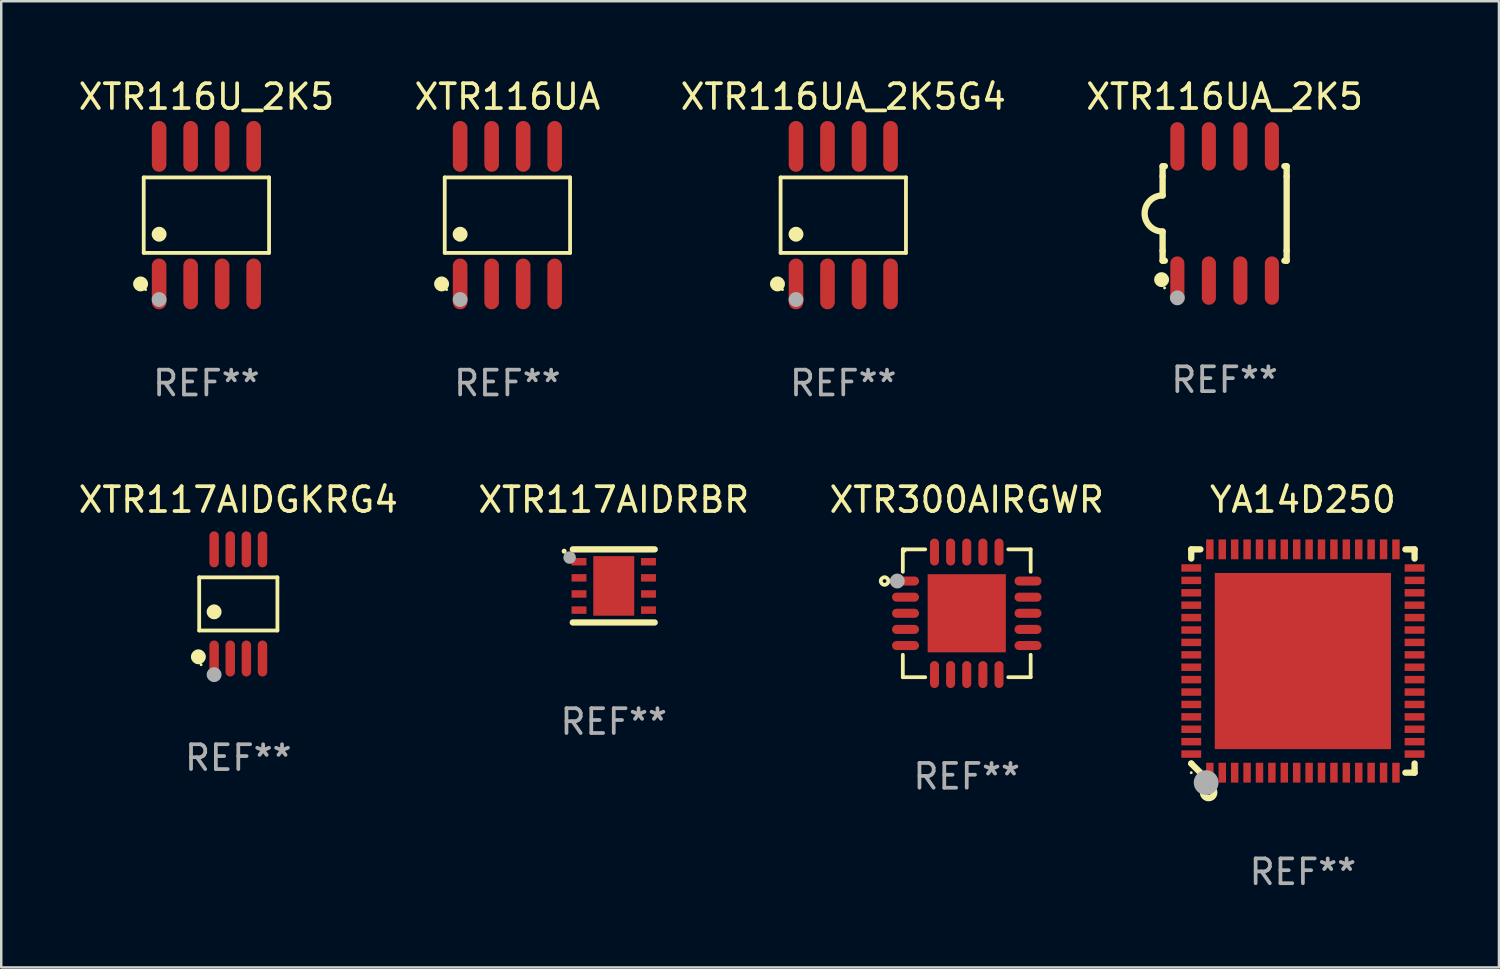
<source format=kicad_pcb>
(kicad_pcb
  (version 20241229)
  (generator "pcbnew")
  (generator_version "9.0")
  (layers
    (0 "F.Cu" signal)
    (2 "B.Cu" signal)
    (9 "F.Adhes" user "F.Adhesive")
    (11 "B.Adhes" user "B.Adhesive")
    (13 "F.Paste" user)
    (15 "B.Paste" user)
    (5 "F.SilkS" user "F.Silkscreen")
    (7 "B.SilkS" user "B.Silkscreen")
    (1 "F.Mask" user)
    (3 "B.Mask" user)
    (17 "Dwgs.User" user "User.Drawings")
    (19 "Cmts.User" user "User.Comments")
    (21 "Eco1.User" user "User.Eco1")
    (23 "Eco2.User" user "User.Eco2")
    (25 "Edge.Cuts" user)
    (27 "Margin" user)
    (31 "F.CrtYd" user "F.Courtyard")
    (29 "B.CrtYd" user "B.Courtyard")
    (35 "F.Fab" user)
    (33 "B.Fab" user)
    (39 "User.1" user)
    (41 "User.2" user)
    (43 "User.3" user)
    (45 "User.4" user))
  (footprint "XTR117AIDRBR"
    (layer "F.Cu")
    (at 21.685 20.563)
    (property "Reference" "XTR117AIDRBR" (at 0 -3.473 0) (layer "F.SilkS") (effects (font (size 1 1) (thickness 0.15))))
    (attr through_hole)
    (fp_line (start -1.649 -1.473) (end 1.651 -1.473) (stroke (width 0.254) (type solid)) (layer "F.SilkS"))
    (fp_line (start 1.649 1.473) (end -1.651 1.473) (stroke (width 0.254) (type solid)) (layer "F.SilkS"))
    (fp_arc (start -1.998984 -1.397003) (mid -1.998992 -1.398273) (end -1.998984 -1.399543) (stroke (width 0.2) (type solid)) (layer "F.SilkS"))
    (fp_circle (center -1.5 -1.5) (end -1.47 -1.5) (stroke (width 0.06) (type solid)) (fill no) (layer "F.SilkS"))
    (fp_circle (center -1.778 -1.143) (end -1.651 -1.143) (stroke (width 0.254) (type solid)) (fill no) (layer "F.Fab"))
    (fp_text user "REF**" (at 0 5.473 0) (layer "F.Fab") (effects (font (size 1 1) (thickness 0.15))))
    (pad "1" smd rect (at -1.4 -0.975 270) (size 0.3 0.6) (layers "F.Cu" "F.Mask" "F.Paste"))
    (pad "2" smd rect (at -1.4 -0.325 270) (size 0.3 0.6) (layers "F.Cu" "F.Mask" "F.Paste"))
    (pad "3" smd rect (at -1.4 0.325 270) (size 0.3 0.6) (layers "F.Cu" "F.Mask" "F.Paste"))
    (pad "4" smd rect (at -1.4 0.975 270) (size 0.3 0.6) (layers "F.Cu" "F.Mask" "F.Paste"))
    (pad "5" smd rect (at 1.4 0.975 90) (size 0.3 0.6) (layers "F.Cu" "F.Mask" "F.Paste"))
    (pad "6" smd rect (at 1.4 0.325 90) (size 0.3 0.6) (layers "F.Cu" "F.Mask" "F.Paste"))
    (pad "7" smd rect (at 1.4 -0.325 90) (size 0.3 0.6) (layers "F.Cu" "F.Mask" "F.Paste"))
    (pad "8" smd rect (at 1.4 -0.975 90) (size 0.3 0.6) (layers "F.Cu" "F.Mask" "F.Paste"))
    (pad "9" smd rect (at 0 0 270) (size 2.4 1.65) (layers "F.Cu" "F.Mask" "F.Paste")))
  (footprint "XTR116U_2K5"
    (layer "F.Cu")
    (at 5.268 5.621)
    (property "Reference" "XTR116U_2K5" (at 0 -4.772 0) (layer "F.SilkS") (effects (font (size 1 1) (thickness 0.15))))
    (attr through_hole)
    (fp_line (start -2.526 -1.521) (end 2.526 -1.521) (stroke (width 0.152) (type solid)) (layer "F.SilkS"))
    (fp_line (start -2.526 1.521) (end -2.526 -1.521) (stroke (width 0.152) (type solid)) (layer "F.SilkS"))
    (fp_line (start 2.526 -1.521) (end 2.526 1.521) (stroke (width 0.152) (type solid)) (layer "F.SilkS"))
    (fp_line (start 2.526 1.521) (end -2.526 1.521) (stroke (width 0.152) (type solid)) (layer "F.SilkS"))
    (fp_circle (center -2.652 2.772) (end -2.501 2.772) (stroke (width 0.3) (type solid)) (fill no) (layer "F.SilkS"))
    (fp_circle (center -2.45 3) (end -2.42 3) (stroke (width 0.06) (type solid)) (fill no) (layer "F.SilkS"))
    (fp_circle (center -1.905 0.769) (end -1.755 0.769) (stroke (width 0.3) (type solid)) (fill no) (layer "F.SilkS"))
    (fp_circle (center -1.905 3.4) (end -1.755 3.4) (stroke (width 0.3) (type solid)) (fill no) (layer "F.Fab"))
    (fp_text user "REF**" (at 0 6.772 0) (layer "F.Fab") (effects (font (size 1 1) (thickness 0.15))))
    (pad "1" smd oval (at -1.905 2.772) (size 0.588 2.045) (layers "F.Cu" "F.Mask" "F.Paste"))
    (pad "2" smd oval (at -0.635 2.772) (size 0.588 2.045) (layers "F.Cu" "F.Mask" "F.Paste"))
    (pad "3" smd oval (at 0.635 2.772) (size 0.588 2.045) (layers "F.Cu" "F.Mask" "F.Paste"))
    (pad "4" smd oval (at 1.905 2.772) (size 0.588 2.045) (layers "F.Cu" "F.Mask" "F.Paste"))
    (pad "5" smd oval (at 1.905 -2.772) (size 0.588 2.045) (layers "F.Cu" "F.Mask" "F.Paste"))
    (pad "6" smd oval (at 0.635 -2.772) (size 0.588 2.045) (layers "F.Cu" "F.Mask" "F.Paste"))
    (pad "7" smd oval (at -0.635 -2.772) (size 0.588 2.045) (layers "F.Cu" "F.Mask" "F.Paste"))
    (pad "8" smd oval (at -1.905 -2.772) (size 0.588 2.045) (layers "F.Cu" "F.Mask" "F.Paste")))
  (footprint "XTR116UA"
    (layer "F.Cu")
    (at 17.399 5.621)
    (property "Reference" "XTR116UA" (at 0 -4.772 0) (layer "F.SilkS") (effects (font (size 1 1) (thickness 0.15))))
    (attr through_hole)
    (fp_line (start -2.526 -1.521) (end 2.526 -1.521) (stroke (width 0.152) (type solid)) (layer "F.SilkS"))
    (fp_line (start -2.526 1.521) (end -2.526 -1.521) (stroke (width 0.152) (type solid)) (layer "F.SilkS"))
    (fp_line (start 2.526 -1.521) (end 2.526 1.521) (stroke (width 0.152) (type solid)) (layer "F.SilkS"))
    (fp_line (start 2.526 1.521) (end -2.526 1.521) (stroke (width 0.152) (type solid)) (layer "F.SilkS"))
    (fp_circle (center -2.652 2.772) (end -2.501 2.772) (stroke (width 0.3) (type solid)) (fill no) (layer "F.SilkS"))
    (fp_circle (center -2.45 3) (end -2.42 3) (stroke (width 0.06) (type solid)) (fill no) (layer "F.SilkS"))
    (fp_circle (center -1.905 0.769) (end -1.755 0.769) (stroke (width 0.3) (type solid)) (fill no) (layer "F.SilkS"))
    (fp_circle (center -1.905 3.4) (end -1.755 3.4) (stroke (width 0.3) (type solid)) (fill no) (layer "F.Fab"))
    (fp_text user "REF**" (at 0 6.772 0) (layer "F.Fab") (effects (font (size 1 1) (thickness 0.15))))
    (pad "1" smd oval (at -1.905 2.772) (size 0.588 2.045) (layers "F.Cu" "F.Mask" "F.Paste"))
    (pad "2" smd oval (at -0.635 2.772) (size 0.588 2.045) (layers "F.Cu" "F.Mask" "F.Paste"))
    (pad "3" smd oval (at 0.635 2.772) (size 0.588 2.045) (layers "F.Cu" "F.Mask" "F.Paste"))
    (pad "4" smd oval (at 1.905 2.772) (size 0.588 2.045) (layers "F.Cu" "F.Mask" "F.Paste"))
    (pad "5" smd oval (at 1.905 -2.772) (size 0.588 2.045) (layers "F.Cu" "F.Mask" "F.Paste"))
    (pad "6" smd oval (at 0.635 -2.772) (size 0.588 2.045) (layers "F.Cu" "F.Mask" "F.Paste"))
    (pad "7" smd oval (at -0.635 -2.772) (size 0.588 2.045) (layers "F.Cu" "F.Mask" "F.Paste"))
    (pad "8" smd oval (at -1.905 -2.772) (size 0.588 2.045) (layers "F.Cu" "F.Mask" "F.Paste")))
  (footprint "XTR300AIRGWR"
    (layer "F.Cu")
    (at 35.911 21.666)
    (property "Reference" "XTR300AIRGWR" (at 0 -4.576 0) (layer "F.SilkS") (effects (font (size 1 1) (thickness 0.15))))
    (attr through_hole)
    (fp_line (start -2.576 -2.576) (end -2.576 -1.673) (stroke (width 0.152) (type solid)) (layer "F.SilkS"))
    (fp_line (start -2.576 2.576) (end -2.576 1.673) (stroke (width 0.152) (type solid)) (layer "F.SilkS"))
    (fp_line (start -1.673 -2.576) (end -2.576 -2.576) (stroke (width 0.152) (type solid)) (layer "F.SilkS"))
    (fp_line (start -1.673 2.576) (end -2.576 2.576) (stroke (width 0.152) (type solid)) (layer "F.SilkS"))
    (fp_line (start 1.673 -2.576) (end 2.576 -2.576) (stroke (width 0.152) (type solid)) (layer "F.SilkS"))
    (fp_line (start 1.673 2.576) (end 2.576 2.576) (stroke (width 0.152) (type solid)) (layer "F.SilkS"))
    (fp_line (start 2.576 -2.576) (end 2.576 -1.673) (stroke (width 0.152) (type solid)) (layer "F.SilkS"))
    (fp_line (start 2.576 2.576) (end 2.576 1.673) (stroke (width 0.152) (type solid)) (layer "F.SilkS"))
    (fp_circle (center -3.312 -1.3) (end -3.236 -1.3) (stroke (width 0.153) (type solid)) (fill no) (layer "F.SilkS"))
    (fp_circle (center -2.5 -2.5) (end -2.47 -2.5) (stroke (width 0.06) (type solid)) (fill no) (layer "F.SilkS"))
    (fp_circle (center -2.8 -1.3) (end -2.65 -1.3) (stroke (width 0.3) (type solid)) (fill no) (layer "F.Fab"))
    (fp_text user "REF**" (at 0 6.576 0) (layer "F.Fab") (effects (font (size 1 1) (thickness 0.15))))
    (pad "1" smd oval (at -2.468 -1.3) (size 1.087 0.364) (layers "F.Cu" "F.Mask" "F.Paste"))
    (pad "2" smd oval (at -2.468 -0.65) (size 1.087 0.364) (layers "F.Cu" "F.Mask" "F.Paste"))
    (pad "3" smd oval (at -2.468 -0.000013) (size 1.087 0.364) (layers "F.Cu" "F.Mask" "F.Paste"))
    (pad "4" smd oval (at -2.468 0.65) (size 1.087 0.364) (layers "F.Cu" "F.Mask" "F.Paste"))
    (pad "5" smd oval (at -2.468 1.3) (size 1.087 0.364) (layers "F.Cu" "F.Mask" "F.Paste"))
    (pad "6" smd oval (at -1.3 2.469) (size 0.364 1.087) (layers "F.Cu" "F.Mask" "F.Paste"))
    (pad "7" smd oval (at -0.65 2.469) (size 0.364 1.087) (layers "F.Cu" "F.Mask" "F.Paste"))
    (pad "8" smd oval (at 0.000013 2.469) (size 0.364 1.087) (layers "F.Cu" "F.Mask" "F.Paste"))
    (pad "9" smd oval (at 0.65 2.469) (size 0.364 1.087) (layers "F.Cu" "F.Mask" "F.Paste"))
    (pad "10" smd oval (at 1.3 2.469) (size 0.364 1.087) (layers "F.Cu" "F.Mask" "F.Paste"))
    (pad "11" smd oval (at 2.469 1.3) (size 1.087 0.364) (layers "F.Cu" "F.Mask" "F.Paste"))
    (pad "12" smd oval (at 2.469 0.65) (size 1.087 0.364) (layers "F.Cu" "F.Mask" "F.Paste"))
    (pad "13" smd oval (at 2.469 -0.000013) (size 1.087 0.364) (layers "F.Cu" "F.Mask" "F.Paste"))
    (pad "14" smd oval (at 2.469 -0.65) (size 1.087 0.364) (layers "F.Cu" "F.Mask" "F.Paste"))
    (pad "15" smd oval (at 2.469 -1.3) (size 1.087 0.364) (layers "F.Cu" "F.Mask" "F.Paste"))
    (pad "16" smd oval (at 1.3 -2.468) (size 0.364 1.087) (layers "F.Cu" "F.Mask" "F.Paste"))
    (pad "17" smd oval (at 0.65 -2.468) (size 0.364 1.087) (layers "F.Cu" "F.Mask" "F.Paste"))
    (pad "18" smd oval (at 0.000013 -2.468) (size 0.364 1.087) (layers "F.Cu" "F.Mask" "F.Paste"))
    (pad "19" smd oval (at -0.65 -2.468) (size 0.364 1.087) (layers "F.Cu" "F.Mask" "F.Paste"))
    (pad "20" smd oval (at -1.3 -2.468) (size 0.364 1.087) (layers "F.Cu" "F.Mask" "F.Paste"))
    (pad "21" smd rect (at 0.000013 -0.000013) (size 3.15 3.15) (layers "F.Cu" "F.Mask" "F.Paste")))
  (footprint "XTR116UA_2K5G4"
    (layer "F.Cu")
    (at 30.935 5.621)
    (property "Reference" "XTR116UA_2K5G4" (at 0 -4.772 0) (layer "F.SilkS") (effects (font (size 1 1) (thickness 0.15))))
    (attr through_hole)
    (fp_line (start -2.526 -1.521) (end 2.526 -1.521) (stroke (width 0.152) (type solid)) (layer "F.SilkS"))
    (fp_line (start -2.526 1.521) (end -2.526 -1.521) (stroke (width 0.152) (type solid)) (layer "F.SilkS"))
    (fp_line (start 2.526 -1.521) (end 2.526 1.521) (stroke (width 0.152) (type solid)) (layer "F.SilkS"))
    (fp_line (start 2.526 1.521) (end -2.526 1.521) (stroke (width 0.152) (type solid)) (layer "F.SilkS"))
    (fp_circle (center -2.652 2.772) (end -2.501 2.772) (stroke (width 0.3) (type solid)) (fill no) (layer "F.SilkS"))
    (fp_circle (center -2.45 3) (end -2.42 3) (stroke (width 0.06) (type solid)) (fill no) (layer "F.SilkS"))
    (fp_circle (center -1.905 0.769) (end -1.755 0.769) (stroke (width 0.3) (type solid)) (fill no) (layer "F.SilkS"))
    (fp_circle (center -1.905 3.4) (end -1.755 3.4) (stroke (width 0.3) (type solid)) (fill no) (layer "F.Fab"))
    (fp_text user "REF**" (at 0 6.772 0) (layer "F.Fab") (effects (font (size 1 1) (thickness 0.15))))
    (pad "1" smd oval (at -1.905 2.772) (size 0.588 2.045) (layers "F.Cu" "F.Mask" "F.Paste"))
    (pad "2" smd oval (at -0.635 2.772) (size 0.588 2.045) (layers "F.Cu" "F.Mask" "F.Paste"))
    (pad "3" smd oval (at 0.635 2.772) (size 0.588 2.045) (layers "F.Cu" "F.Mask" "F.Paste"))
    (pad "4" smd oval (at 1.905 2.772) (size 0.588 2.045) (layers "F.Cu" "F.Mask" "F.Paste"))
    (pad "5" smd oval (at 1.905 -2.772) (size 0.588 2.045) (layers "F.Cu" "F.Mask" "F.Paste"))
    (pad "6" smd oval (at 0.635 -2.772) (size 0.588 2.045) (layers "F.Cu" "F.Mask" "F.Paste"))
    (pad "7" smd oval (at -0.635 -2.772) (size 0.588 2.045) (layers "F.Cu" "F.Mask" "F.Paste"))
    (pad "8" smd oval (at -1.905 -2.772) (size 0.588 2.045) (layers "F.Cu" "F.Mask" "F.Paste")))
  (footprint "XTR116UA_2K5"
    (layer "F.Cu")
    (at 46.304 5.553)
    (property "Reference" "XTR116UA_2K5" (at 0 -4.705 0) (layer "F.SilkS") (effects (font (size 1 1) (thickness 0.15))))
    (attr through_hole)
    (fp_line (start -2.5 -1.905) (end -2.409 -1.905) (stroke (width 0.254) (type solid)) (layer "F.SilkS"))
    (fp_line (start -2.5 -1.5) (end -2.5 -1.905) (stroke (width 0.254) (type solid)) (layer "F.SilkS"))
    (fp_line (start -2.5 -1.5) (end -2.5 -0.726) (stroke (width 0.254) (type solid)) (layer "F.SilkS"))
    (fp_line (start -2.5 1.5) (end -2.5 0.727) (stroke (width 0.254) (type solid)) (layer "F.SilkS"))
    (fp_line (start -2.5 1.5) (end -2.5 1.905) (stroke (width 0.254) (type solid)) (layer "F.SilkS"))
    (fp_line (start -2.5 1.905) (end -2.409 1.905) (stroke (width 0.254) (type solid)) (layer "F.SilkS"))
    (fp_line (start 2.5 -1.905) (end 2.409 -1.905) (stroke (width 0.254) (type solid)) (layer "F.SilkS"))
    (fp_line (start 2.5 -1.5) (end 2.5 -1.905) (stroke (width 0.254) (type solid)) (layer "F.SilkS"))
    (fp_line (start 2.5 -1.5) (end 2.5 1.5) (stroke (width 0.254) (type solid)) (layer "F.SilkS"))
    (fp_line (start 2.5 1.5) (end 2.5 1.905) (stroke (width 0.254) (type solid)) (layer "F.SilkS"))
    (fp_line (start 2.5 1.905) (end 2.409 1.905) (stroke (width 0.254) (type solid)) (layer "F.SilkS"))
    (fp_arc (start -2.5 0.726568) (mid -3.220316 -0.0023) (end -2.495097 -0.726289) (stroke (width 0.254001) (type solid)) (layer "F.SilkS"))
    (fp_circle (center -2.54 2.667) (end -2.39 2.667) (stroke (width 0.3) (type solid)) (fill no) (layer "F.SilkS"))
    (fp_circle (center -2.42 3) (end -2.39 3) (stroke (width 0.06) (type solid)) (fill no) (layer "F.SilkS"))
    (fp_circle (center -1.905 3.4) (end -1.755 3.4) (stroke (width 0.3) (type solid)) (fill no) (layer "F.Fab"))
    (fp_text user "REF**" (at 0 6.705 0) (layer "F.Fab") (effects (font (size 1 1) (thickness 0.15))))
    (pad "1" smd oval (at -1.905 2.705) (size 0.568 1.95) (layers "F.Cu" "F.Mask" "F.Paste"))
    (pad "2" smd oval (at -0.635 2.705) (size 0.568 1.95) (layers "F.Cu" "F.Mask" "F.Paste"))
    (pad "3" smd oval (at 0.635 2.705) (size 0.568 1.95) (layers "F.Cu" "F.Mask" "F.Paste"))
    (pad "4" smd oval (at 1.905 2.705) (size 0.568 1.95) (layers "F.Cu" "F.Mask" "F.Paste"))
    (pad "5" smd oval (at 1.905 -2.705) (size 0.568 1.95) (layers "F.Cu" "F.Mask" "F.Paste"))
    (pad "6" smd oval (at 0.635 -2.705) (size 0.568 1.95) (layers "F.Cu" "F.Mask" "F.Paste"))
    (pad "7" smd oval (at -0.635 -2.705) (size 0.568 1.95) (layers "F.Cu" "F.Mask" "F.Paste"))
    (pad "8" smd oval (at -1.905 -2.705) (size 0.568 1.95) (layers "F.Cu" "F.Mask" "F.Paste")))
  (footprint "YA14D250"
    (layer "F.Cu")
    (at 49.459 23.59)
    (property "Reference" "YA14D250" (at 0 -6.5 0) (layer "F.SilkS") (effects (font (size 1 1) (thickness 0.15))))
    (attr through_hole)
    (fp_line (start -4.5 -4.5) (end -4.5 -4.131) (stroke (width 0.254) (type solid)) (layer "F.SilkS"))
    (fp_line (start -4.5 4.131) (end -4.5 4.131) (stroke (width 0.254) (type solid)) (layer "F.SilkS"))
    (fp_line (start -4.5 4.131) (end -4.131 4.5) (stroke (width 0.254) (type solid)) (layer "F.SilkS"))
    (fp_line (start -4.131 -4.5) (end -4.5 -4.5) (stroke (width 0.254) (type solid)) (layer "F.SilkS"))
    (fp_line (start 4.131 4.5) (end 4.5 4.5) (stroke (width 0.254) (type solid)) (layer "F.SilkS"))
    (fp_line (start 4.5 -4.5) (end 4.131 -4.5) (stroke (width 0.254) (type solid)) (layer "F.SilkS"))
    (fp_line (start 4.5 -4.131) (end 4.5 -4.5) (stroke (width 0.254) (type solid)) (layer "F.SilkS"))
    (fp_line (start 4.5 4.5) (end 4.5 4.131) (stroke (width 0.254) (type solid)) (layer "F.SilkS"))
    (fp_circle (center -4.5 4.5) (end -4.47 4.5) (stroke (width 0.06) (type solid)) (fill no) (layer "F.SilkS"))
    (fp_circle (center -3.8 5.3) (end -3.7 5.3) (stroke (width 0.254) (type solid)) (fill no) (layer "F.SilkS"))
    (fp_circle (center -3.9 4.9) (end -3.65 4.9) (stroke (width 0.5) (type solid)) (fill no) (layer "F.Fab"))
    (fp_text user "REF**" (at 0 8.5 0) (layer "F.Fab") (effects (font (size 1 1) (thickness 0.15))))
    (pad "1" smd rect (at -3.75 4.5) (size 0.3 0.8) (layers "F.Cu" "F.Mask" "F.Paste"))
    (pad "2" smd rect (at -3.25 4.5) (size 0.3 0.8) (layers "F.Cu" "F.Mask" "F.Paste"))
    (pad "3" smd rect (at -2.75 4.5) (size 0.3 0.8) (layers "F.Cu" "F.Mask" "F.Paste"))
    (pad "4" smd rect (at -2.25 4.5) (size 0.3 0.8) (layers "F.Cu" "F.Mask" "F.Paste"))
    (pad "5" smd rect (at -1.75 4.5) (size 0.3 0.8) (layers "F.Cu" "F.Mask" "F.Paste"))
    (pad "6" smd rect (at -1.25 4.5) (size 0.3 0.8) (layers "F.Cu" "F.Mask" "F.Paste"))
    (pad "7" smd rect (at -0.75 4.5) (size 0.3 0.8) (layers "F.Cu" "F.Mask" "F.Paste"))
    (pad "8" smd rect (at -0.25 4.5) (size 0.3 0.8) (layers "F.Cu" "F.Mask" "F.Paste"))
    (pad "9" smd rect (at 0.25 4.5) (size 0.3 0.8) (layers "F.Cu" "F.Mask" "F.Paste"))
    (pad "10" smd rect (at 0.75 4.5) (size 0.3 0.8) (layers "F.Cu" "F.Mask" "F.Paste"))
    (pad "11" smd rect (at 1.25 4.5) (size 0.3 0.8) (layers "F.Cu" "F.Mask" "F.Paste"))
    (pad "12" smd rect (at 1.75 4.5) (size 0.3 0.8) (layers "F.Cu" "F.Mask" "F.Paste"))
    (pad "13" smd rect (at 2.25 4.5) (size 0.3 0.8) (layers "F.Cu" "F.Mask" "F.Paste"))
    (pad "14" smd rect (at 2.75 4.5) (size 0.3 0.8) (layers "F.Cu" "F.Mask" "F.Paste"))
    (pad "15" smd rect (at 3.25 4.5) (size 0.3 0.8) (layers "F.Cu" "F.Mask" "F.Paste"))
    (pad "16" smd rect (at 3.75 4.5) (size 0.3 0.8) (layers "F.Cu" "F.Mask" "F.Paste"))
    (pad "17" smd rect (at 4.5 3.75) (size 0.8 0.3) (layers "F.Cu" "F.Mask" "F.Paste"))
    (pad "18" smd rect (at 4.5 3.25) (size 0.8 0.3) (layers "F.Cu" "F.Mask" "F.Paste"))
    (pad "19" smd rect (at 4.5 2.75) (size 0.8 0.3) (layers "F.Cu" "F.Mask" "F.Paste"))
    (pad "20" smd rect (at 4.5 2.25) (size 0.8 0.3) (layers "F.Cu" "F.Mask" "F.Paste"))
    (pad "21" smd rect (at 4.5 1.75) (size 0.8 0.3) (layers "F.Cu" "F.Mask" "F.Paste"))
    (pad "22" smd rect (at 4.5 1.25) (size 0.8 0.3) (layers "F.Cu" "F.Mask" "F.Paste"))
    (pad "23" smd rect (at 4.5 0.75) (size 0.8 0.3) (layers "F.Cu" "F.Mask" "F.Paste"))
    (pad "24" smd rect (at 4.5 0.25) (size 0.8 0.3) (layers "F.Cu" "F.Mask" "F.Paste"))
    (pad "25" smd rect (at 4.5 -0.25) (size 0.8 0.3) (layers "F.Cu" "F.Mask" "F.Paste"))
    (pad "26" smd rect (at 4.5 -0.75) (size 0.8 0.3) (layers "F.Cu" "F.Mask" "F.Paste"))
    (pad "27" smd rect (at 4.5 -1.25) (size 0.8 0.3) (layers "F.Cu" "F.Mask" "F.Paste"))
    (pad "28" smd rect (at 4.5 -1.75) (size 0.8 0.3) (layers "F.Cu" "F.Mask" "F.Paste"))
    (pad "29" smd rect (at 4.5 -2.25) (size 0.8 0.3) (layers "F.Cu" "F.Mask" "F.Paste"))
    (pad "30" smd rect (at 4.5 -2.75) (size 0.8 0.3) (layers "F.Cu" "F.Mask" "F.Paste"))
    (pad "31" smd rect (at 4.5 -3.25) (size 0.8 0.3) (layers "F.Cu" "F.Mask" "F.Paste"))
    (pad "32" smd rect (at 4.5 -3.75) (size 0.8 0.3) (layers "F.Cu" "F.Mask" "F.Paste"))
    (pad "33" smd rect (at 3.75 -4.5) (size 0.3 0.8) (layers "F.Cu" "F.Mask" "F.Paste"))
    (pad "34" smd rect (at 3.25 -4.5) (size 0.3 0.8) (layers "F.Cu" "F.Mask" "F.Paste"))
    (pad "35" smd rect (at 2.75 -4.5) (size 0.3 0.8) (layers "F.Cu" "F.Mask" "F.Paste"))
    (pad "36" smd rect (at 2.25 -4.5) (size 0.3 0.8) (layers "F.Cu" "F.Mask" "F.Paste"))
    (pad "37" smd rect (at 1.75 -4.5) (size 0.3 0.8) (layers "F.Cu" "F.Mask" "F.Paste"))
    (pad "38" smd rect (at 1.25 -4.5) (size 0.3 0.8) (layers "F.Cu" "F.Mask" "F.Paste"))
    (pad "39" smd rect (at 0.75 -4.5) (size 0.3 0.8) (layers "F.Cu" "F.Mask" "F.Paste"))
    (pad "40" smd rect (at 0.25 -4.5) (size 0.3 0.8) (layers "F.Cu" "F.Mask" "F.Paste"))
    (pad "41" smd rect (at -0.25 -4.5) (size 0.3 0.8) (layers "F.Cu" "F.Mask" "F.Paste"))
    (pad "42" smd rect (at -0.75 -4.5) (size 0.3 0.8) (layers "F.Cu" "F.Mask" "F.Paste"))
    (pad "43" smd rect (at -1.25 -4.5) (size 0.3 0.8) (layers "F.Cu" "F.Mask" "F.Paste"))
    (pad "44" smd rect (at -1.75 -4.5) (size 0.3 0.8) (layers "F.Cu" "F.Mask" "F.Paste"))
    (pad "45" smd rect (at -2.25 -4.5) (size 0.3 0.8) (layers "F.Cu" "F.Mask" "F.Paste"))
    (pad "46" smd rect (at -2.75 -4.5) (size 0.3 0.8) (layers "F.Cu" "F.Mask" "F.Paste"))
    (pad "47" smd rect (at -3.25 -4.5) (size 0.3 0.8) (layers "F.Cu" "F.Mask" "F.Paste"))
    (pad "48" smd rect (at -3.75 -4.5) (size 0.3 0.8) (layers "F.Cu" "F.Mask" "F.Paste"))
    (pad "49" smd rect (at -4.5 -3.75) (size 0.8 0.3) (layers "F.Cu" "F.Mask" "F.Paste"))
    (pad "50" smd rect (at -4.5 -3.25) (size 0.8 0.3) (layers "F.Cu" "F.Mask" "F.Paste"))
    (pad "51" smd rect (at -4.5 -2.75) (size 0.8 0.3) (layers "F.Cu" "F.Mask" "F.Paste"))
    (pad "52" smd rect (at -4.5 -2.25) (size 0.8 0.3) (layers "F.Cu" "F.Mask" "F.Paste"))
    (pad "53" smd rect (at -4.5 -1.75) (size 0.8 0.3) (layers "F.Cu" "F.Mask" "F.Paste"))
    (pad "54" smd rect (at -4.5 -1.25) (size 0.8 0.3) (layers "F.Cu" "F.Mask" "F.Paste"))
    (pad "55" smd rect (at -4.5 -0.75) (size 0.8 0.3) (layers "F.Cu" "F.Mask" "F.Paste"))
    (pad "56" smd rect (at -4.5 -0.25) (size 0.8 0.3) (layers "F.Cu" "F.Mask" "F.Paste"))
    (pad "57" smd rect (at -4.5 0.25) (size 0.8 0.3) (layers "F.Cu" "F.Mask" "F.Paste"))
    (pad "58" smd rect (at -4.5 0.75) (size 0.8 0.3) (layers "F.Cu" "F.Mask" "F.Paste"))
    (pad "59" smd rect (at -4.5 1.25) (size 0.8 0.3) (layers "F.Cu" "F.Mask" "F.Paste"))
    (pad "60" smd rect (at -4.5 1.75) (size 0.8 0.3) (layers "F.Cu" "F.Mask" "F.Paste"))
    (pad "61" smd rect (at -4.5 2.25) (size 0.8 0.3) (layers "F.Cu" "F.Mask" "F.Paste"))
    (pad "62" smd rect (at -4.5 2.75) (size 0.8 0.3) (layers "F.Cu" "F.Mask" "F.Paste"))
    (pad "63" smd rect (at -4.5 3.25) (size 0.8 0.3) (layers "F.Cu" "F.Mask" "F.Paste"))
    (pad "64" smd rect (at -4.5 3.75) (size 0.8 0.3) (layers "F.Cu" "F.Mask" "F.Paste"))
    (pad "65" smd rect (at -0.001 0.001) (size 7.1 7.1) (layers "F.Cu" "F.Mask" "F.Paste")))
  (footprint "XTR117AIDGKRG4"
    (layer "F.Cu")
    (at 6.554 21.289)
    (property "Reference" "XTR117AIDGKRG4" (at 0 -4.2 0) (layer "F.SilkS") (effects (font (size 1 1) (thickness 0.15))))
    (attr through_hole)
    (fp_line (start -1.576 -1.071) (end 1.576 -1.071) (stroke (width 0.152) (type solid)) (layer "F.SilkS"))
    (fp_line (start -1.576 1.071) (end -1.576 -1.071) (stroke (width 0.152) (type solid)) (layer "F.SilkS"))
    (fp_line (start 1.576 -1.071) (end 1.576 1.071) (stroke (width 0.152) (type solid)) (layer "F.SilkS"))
    (fp_line (start 1.576 1.071) (end -1.576 1.071) (stroke (width 0.152) (type solid)) (layer "F.SilkS"))
    (fp_circle (center -1.609 2.131) (end -1.459 2.131) (stroke (width 0.3) (type solid)) (fill no) (layer "F.SilkS"))
    (fp_circle (center -1.5 2.45) (end -1.47 2.45) (stroke (width 0.06) (type solid)) (fill no) (layer "F.SilkS"))
    (fp_circle (center -0.975 0.319) (end -0.825 0.319) (stroke (width 0.3) (type solid)) (fill no) (layer "F.SilkS"))
    (fp_circle (center -0.975 2.85) (end -0.825 2.85) (stroke (width 0.3) (type solid)) (fill no) (layer "F.Fab"))
    (fp_text user "REF**" (at 0 6.2 0) (layer "F.Fab") (effects (font (size 1 1) (thickness 0.15))))
    (pad "1" smd oval (at -0.975 2.2) (size 0.38 1.45) (layers "F.Cu" "F.Mask" "F.Paste"))
    (pad "2" smd oval (at -0.325 2.2) (size 0.38 1.45) (layers "F.Cu" "F.Mask" "F.Paste"))
    (pad "3" smd oval (at 0.325 2.2) (size 0.38 1.45) (layers "F.Cu" "F.Mask" "F.Paste"))
    (pad "4" smd oval (at 0.975 2.2) (size 0.38 1.45) (layers "F.Cu" "F.Mask" "F.Paste"))
    (pad "5" smd oval (at 0.975 -2.2) (size 0.38 1.45) (layers "F.Cu" "F.Mask" "F.Paste"))
    (pad "6" smd oval (at 0.325 -2.2) (size 0.38 1.45) (layers "F.Cu" "F.Mask" "F.Paste"))
    (pad "7" smd oval (at -0.325 -2.2) (size 0.38 1.45) (layers "F.Cu" "F.Mask" "F.Paste"))
    (pad "8" smd oval (at -0.975 -2.2) (size 0.38 1.45) (layers "F.Cu" "F.Mask" "F.Paste")))
  (gr_rect
    (start -3 -3)
    (end 57.36 35.938)
    (stroke (width 0.1) (type default))
    (fill no)
    (layer "Edge.Cuts")))
</source>
